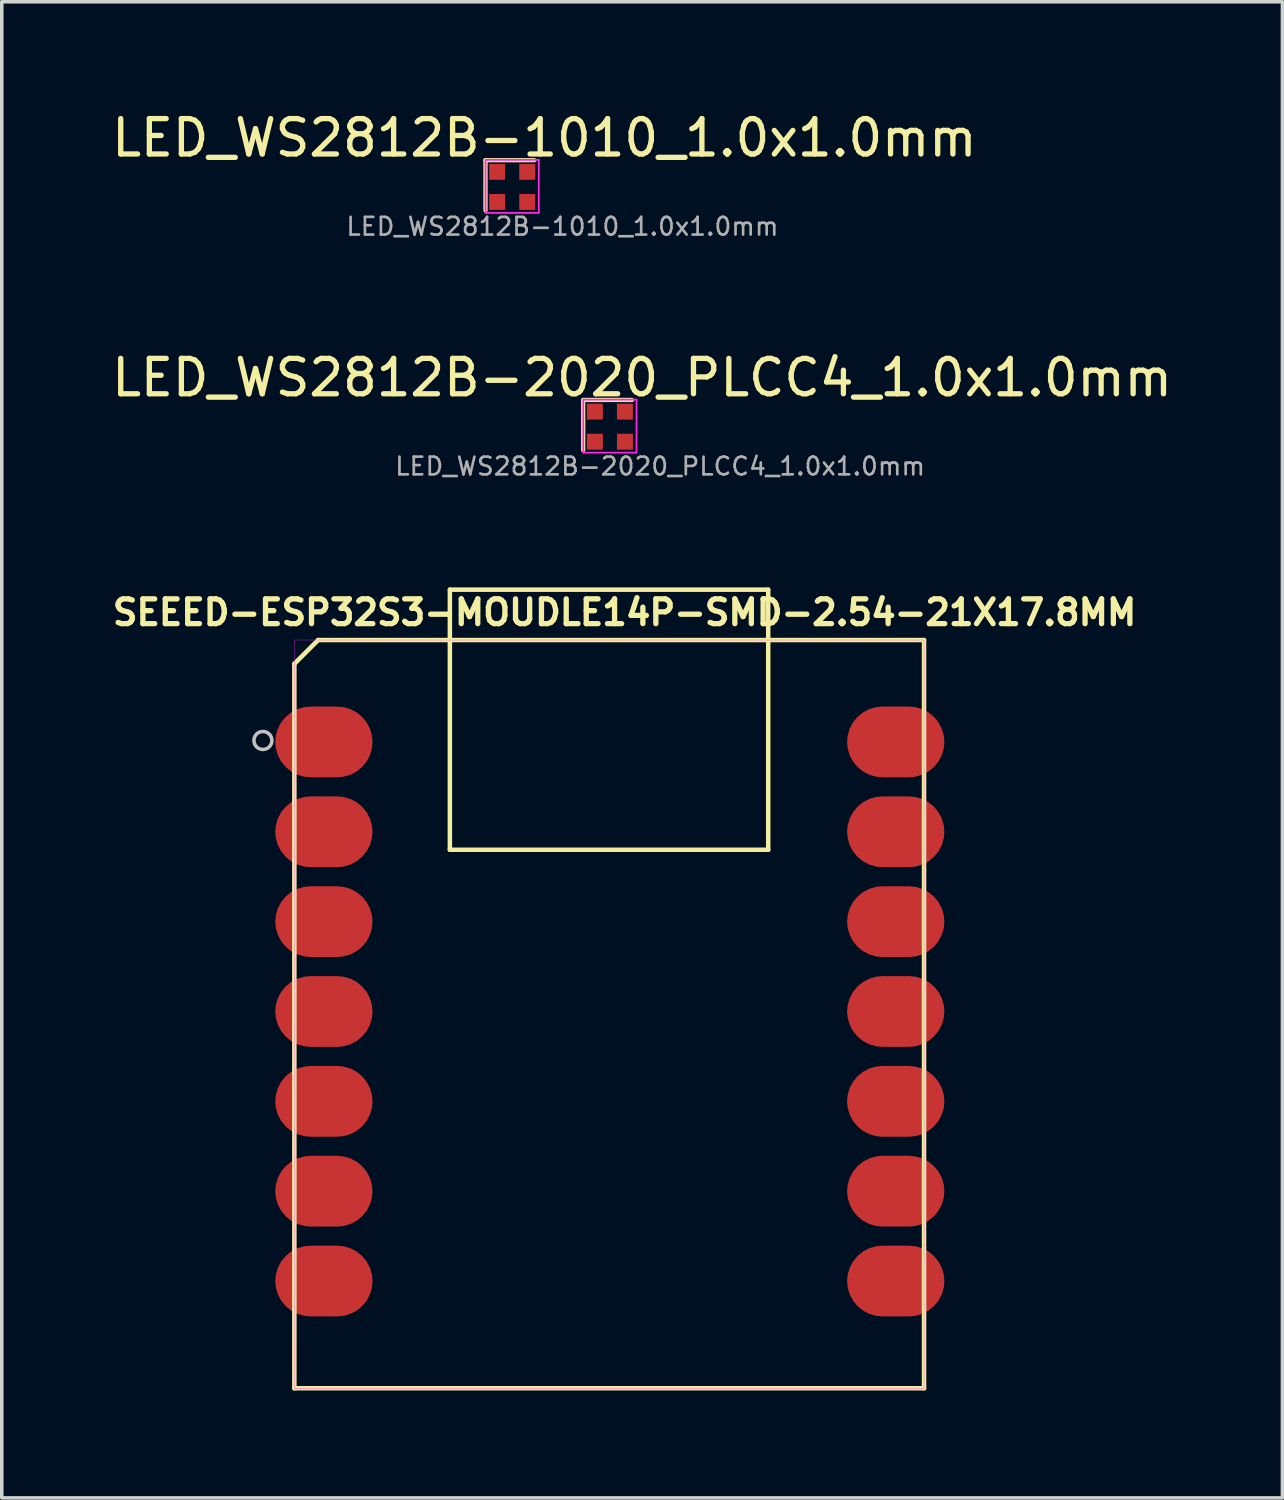
<source format=kicad_pcb>
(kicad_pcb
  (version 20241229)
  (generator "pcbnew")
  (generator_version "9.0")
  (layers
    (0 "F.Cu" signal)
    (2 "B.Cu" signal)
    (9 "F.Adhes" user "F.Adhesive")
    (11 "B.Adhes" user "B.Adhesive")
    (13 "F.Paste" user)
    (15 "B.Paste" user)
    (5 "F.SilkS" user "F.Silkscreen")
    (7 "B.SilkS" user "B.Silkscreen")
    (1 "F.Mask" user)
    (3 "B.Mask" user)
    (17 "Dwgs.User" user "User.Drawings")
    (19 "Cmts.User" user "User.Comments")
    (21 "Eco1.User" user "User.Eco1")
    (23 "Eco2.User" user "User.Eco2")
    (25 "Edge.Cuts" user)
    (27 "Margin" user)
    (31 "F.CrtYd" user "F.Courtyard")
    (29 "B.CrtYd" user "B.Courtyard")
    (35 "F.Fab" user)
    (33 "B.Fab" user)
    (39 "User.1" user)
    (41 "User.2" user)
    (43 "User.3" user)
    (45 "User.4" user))
  (footprint "LED_WS2812B-2020_PLCC4_1.0x1.0mm"
    (layer "F.Cu")
    (at 15.386 9.906)
    (property "Reference" "LED_WS2812B-2020_PLCC4_1.0x1.0mm" (at -0.285 -2.28 0) (layer "F.SilkS") (effects (font (size 1 1) (thickness 0.15))))
    (attr smd)
    (fp_line (start -1.95 -1.65) (end -1.95 -0.23) (stroke (width 0.12) (type solid)) (layer "F.SilkS"))
    (fp_line (start -1.95 -1.65) (end -0.57 -1.65) (stroke (width 0.12) (type solid)) (layer "F.SilkS"))
    (fp_line (start -1.948 -1.66) (end -1.948 -0.16) (stroke (width 0.05) (type solid)) (layer "F.CrtYd"))
    (fp_line (start -1.948 -0.16) (end -0.448 -0.16) (stroke (width 0.05) (type solid)) (layer "F.CrtYd"))
    (fp_line (start -1.942 -1.66) (end -0.443 -1.66) (stroke (width 0.05) (type solid)) (layer "F.CrtYd"))
    (fp_line (start -0.443 -0.16) (end -0.443 -1.66) (stroke (width 0.05) (type solid)) (layer "F.CrtYd"))
    (fp_text user "${REFERENCE}" (at 0.225 0.225 0) (layer "F.Fab") (effects (font (size 0.5 0.5) (thickness 0.075))))
    (pad "1" smd rect (at -1.62 -1.32) (size 0.45 0.45) (layers "F.Cu" "F.Mask" "F.Paste"))
    (pad "2" smd rect (at -0.77 -1.32) (size 0.45 0.45) (layers "F.Cu" "F.Mask" "F.Paste"))
    (pad "3" smd rect (at -1.62 -0.47) (size 0.45 0.45) (layers "F.Cu" "F.Mask" "F.Paste"))
    (pad "4" smd rect (at -0.77 -0.47 90) (size 0.45 0.45) (layers "F.Cu" "F.Mask" "F.Paste")))
  (footprint "LED_WS2812B-1010_1.0x1.0mm"
    (layer "F.Cu")
    (at 12.624 3.128)
    (property "Reference" "LED_WS2812B-1010_1.0x1.0mm" (at -0.285 -2.28 0) (layer "F.SilkS") (effects (font (size 1 1) (thickness 0.15))))
    (attr smd)
    (fp_line (start -1.95 -1.65) (end -1.95 -0.23) (stroke (width 0.12) (type solid)) (layer "F.SilkS"))
    (fp_line (start -1.95 -1.65) (end -0.57 -1.65) (stroke (width 0.12) (type solid)) (layer "F.SilkS"))
    (fp_line (start -1.948 -1.66) (end -1.948 -0.16) (stroke (width 0.05) (type solid)) (layer "F.CrtYd"))
    (fp_line (start -1.948 -0.16) (end -0.448 -0.16) (stroke (width 0.05) (type solid)) (layer "F.CrtYd"))
    (fp_line (start -1.942 -1.66) (end -0.443 -1.66) (stroke (width 0.05) (type solid)) (layer "F.CrtYd"))
    (fp_line (start -0.443 -0.16) (end -0.443 -1.66) (stroke (width 0.05) (type solid)) (layer "F.CrtYd"))
    (fp_text user "${REFERENCE}" (at 0.225 0.225 0) (layer "F.Fab") (effects (font (size 0.5 0.5) (thickness 0.075))))
    (pad "1" smd rect (at -1.62 -1.32) (size 0.45 0.45) (layers "F.Cu" "F.Mask" "F.Paste"))
    (pad "2" smd rect (at -0.77 -1.32) (size 0.45 0.45) (layers "F.Cu" "F.Mask" "F.Paste"))
    (pad "3" smd rect (at -1.62 -0.47) (size 0.45 0.45) (layers "F.Cu" "F.Mask" "F.Paste"))
    (pad "4" smd rect (at -0.77 -0.47 90) (size 0.45 0.45) (layers "F.Cu" "F.Mask" "F.Paste")))
  (footprint "SEEED-ESP32S3-MOUDLE14P-SMD-2.54-21X17.8MM"
    (layer "F.Cu")
    (at 5.271 36.043)
    (property "Reference" "SEEED-ESP32S3-MOUDLE14P-SMD-2.54-21X17.8MM" (at 9.335 -21.78 0) (layer "F.SilkS") (effects (font (size 0.7 0.7) (thickness 0.15))))
    (attr through_hole)
    (fp_line (start 0 -20.328) (end 0 0.15) (stroke (width 0.127) (type solid)) (layer "F.SilkS"))
    (fp_line (start 0 0.15) (end 17.8 0.15) (stroke (width 0.127) (type solid)) (layer "F.SilkS"))
    (fp_line (start 0.672 -21) (end 0 -20.328) (stroke (width 0.127) (type solid)) (layer "F.SilkS"))
    (fp_line (start 4.396 -15.072) (end 4.396 -22.425) (stroke (width 0.127) (type solid)) (layer "F.SilkS"))
    (fp_line (start 4.4 -22.424) (end 13.395 -22.424) (stroke (width 0.127) (type solid)) (layer "F.SilkS"))
    (fp_line (start 13.395 -22.424) (end 13.395 -15.072) (stroke (width 0.127) (type solid)) (layer "F.SilkS"))
    (fp_line (start 13.395 -15.072) (end 4.396 -15.072) (stroke (width 0.127) (type solid)) (layer "F.SilkS"))
    (fp_line (start 17.8 -21) (end 0.672 -21) (stroke (width 0.127) (type solid)) (layer "F.SilkS"))
    (fp_line (start 17.8 0.15) (end 17.8 -21) (stroke (width 0.127) (type solid)) (layer "F.SilkS"))
    (fp_circle (center -0.889 -18.161) (end -0.635 -18.161) (stroke (width 0.1) (type solid)) (fill no) (layer "Dwgs.User"))
    (fp_poly (pts (xy 0 -21) (xy 17.8 -21) (xy 17.8 0.155) (xy 0 0.155)) (stroke (width 0.01) (type solid)) (fill no) (layer "F.CrtYd"))
    (pad "1" smd roundrect (at 0.835 -18.12) (size 2.75 2) (layers "F.Cu" "F.Mask" "F.Paste") (roundrect_rratio 0.5))
    (pad "2" smd roundrect (at 0.835 -15.58) (size 2.75 2) (layers "F.Cu" "F.Mask" "F.Paste") (roundrect_rratio 0.5))
    (pad "3" smd roundrect (at 0.835 -13.04) (size 2.75 2) (layers "F.Cu" "F.Mask" "F.Paste") (roundrect_rratio 0.5))
    (pad "4" smd roundrect (at 0.835 -10.5) (size 2.75 2) (layers "F.Cu" "F.Mask" "F.Paste") (roundrect_rratio 0.5))
    (pad "5" smd roundrect (at 0.835 -7.96) (size 2.75 2) (layers "F.Cu" "F.Mask" "F.Paste") (roundrect_rratio 0.5))
    (pad "6" smd roundrect (at 0.835 -5.42) (size 2.75 2) (layers "F.Cu" "F.Mask" "F.Paste") (roundrect_rratio 0.5))
    (pad "7" smd roundrect (at 0.835 -2.88) (size 2.75 2) (layers "F.Cu" "F.Mask" "F.Paste") (roundrect_rratio 0.5))
    (pad "8" smd roundrect (at 17 -2.88) (size 2.75 2) (layers "F.Cu" "F.Mask" "F.Paste") (roundrect_rratio 0.5))
    (pad "9" smd roundrect (at 17 -5.42) (size 2.75 2) (layers "F.Cu" "F.Mask" "F.Paste") (roundrect_rratio 0.5))
    (pad "10" smd roundrect (at 17 -7.96) (size 2.75 2) (layers "F.Cu" "F.Mask" "F.Paste") (roundrect_rratio 0.5))
    (pad "11" smd roundrect (at 17 -10.5) (size 2.75 2) (layers "F.Cu" "F.Mask" "F.Paste") (roundrect_rratio 0.5))
    (pad "12" smd roundrect (at 17 -13.04) (size 2.75 2) (layers "F.Cu" "F.Mask" "F.Paste") (roundrect_rratio 0.5))
    (pad "13" smd roundrect (at 17 -15.58) (size 2.75 2) (layers "F.Cu" "F.Mask" "F.Paste") (roundrect_rratio 0.5))
    (pad "14" smd roundrect (at 17 -18.12) (size 2.75 2) (layers "F.Cu" "F.Mask" "F.Paste") (roundrect_rratio 0.5))
    (zone (net_name "") (layer "F.Cu") (hatch full 0.508) (connect_pads) (min_thickness 0.01) (filled_areas_thickness no) (keepout (tracks not_allowed) (vias not_allowed) (pads not_allowed) (copperpour not_allowed) (footprints allowed)) (placement (enabled no)) (fill) (polygon (pts (xy 8.255 22.507) (xy 11.176 22.507) (xy 11.176 26.412) (xy 8.255 26.412))))
    (zone (net_name "") (layer "F.Cu") (hatch full 0.508) (connect_pads) (min_thickness 0.01) (filled_areas_thickness no) (keepout (tracks not_allowed) (vias not_allowed) (pads not_allowed) (copperpour not_allowed) (footprints allowed)) (placement (enabled no)) (fill) (polygon (pts (xy 8.954 14.961) (xy 10.732 14.961) (xy 10.732 17.628) (xy 8.954 17.628))))
    (zone (net_name "") (layer "F.Cu") (hatch full 0.508) (connect_pads) (min_thickness 0.01) (filled_areas_thickness no) (keepout (tracks not_allowed) (vias not_allowed) (pads not_allowed) (copperpour not_allowed) (footprints allowed)) (placement (enabled no)) (fill) (polygon (pts (xy 8.954 19.025) (xy 10.732 19.025) (xy 10.732 21.692) (xy 8.954 21.692))))
    (zone (net_name "") (layer "F.Cu") (hatch full 0.508) (connect_pads) (min_thickness 0.01) (filled_areas_thickness no) (keepout (tracks not_allowed) (vias not_allowed) (pads not_allowed) (copperpour not_allowed) (footprints allowed)) (placement (enabled no)) (fill) (polygon (pts (xy 11.621 15.723) (xy 16.828 15.723) (xy 16.828 25.881) (xy 11.621 25.881))))
    (zone (net_name "") (layer "F.Cu") (hatch full 0.508) (connect_pads) (min_thickness 0.01) (filled_areas_thickness no) (keepout (tracks not_allowed) (vias not_allowed) (pads not_allowed) (copperpour not_allowed) (footprints allowed)) (placement (enabled no)) (fill) (polygon (pts (xy 13.263 25.883) (xy 17.327 25.883) (xy 17.327 29.493) (xy 13.263 29.493))))
    (zone (net_name "") (layer "F.Cu") (hatch full 0.508) (connect_pads) (min_thickness 0.01) (filled_areas_thickness no) (keepout (tracks not_allowed) (vias not_allowed) (pads not_allowed) (copperpour not_allowed) (footprints allowed)) (placement (enabled no)) (fill) (polygon (pts (xy 17.59 14.961) (xy 19.368 14.961) (xy 19.368 17.628) (xy 17.59 17.628))))
    (zone (net_name "") (layer "F.Cu") (hatch full 0.508) (connect_pads) (min_thickness 0.01) (filled_areas_thickness no) (keepout (tracks not_allowed) (vias not_allowed) (pads not_allowed) (copperpour not_allowed) (footprints allowed)) (placement (enabled no)) (fill) (polygon (pts (xy 17.59 19.025) (xy 19.368 19.025) (xy 19.368 21.692) (xy 17.59 21.692)))))
  (gr_rect
    (start -3 -3)
    (end 33.202 39.293)
    (stroke (width 0.1) (type default))
    (fill no)
    (layer "Edge.Cuts")))
</source>
